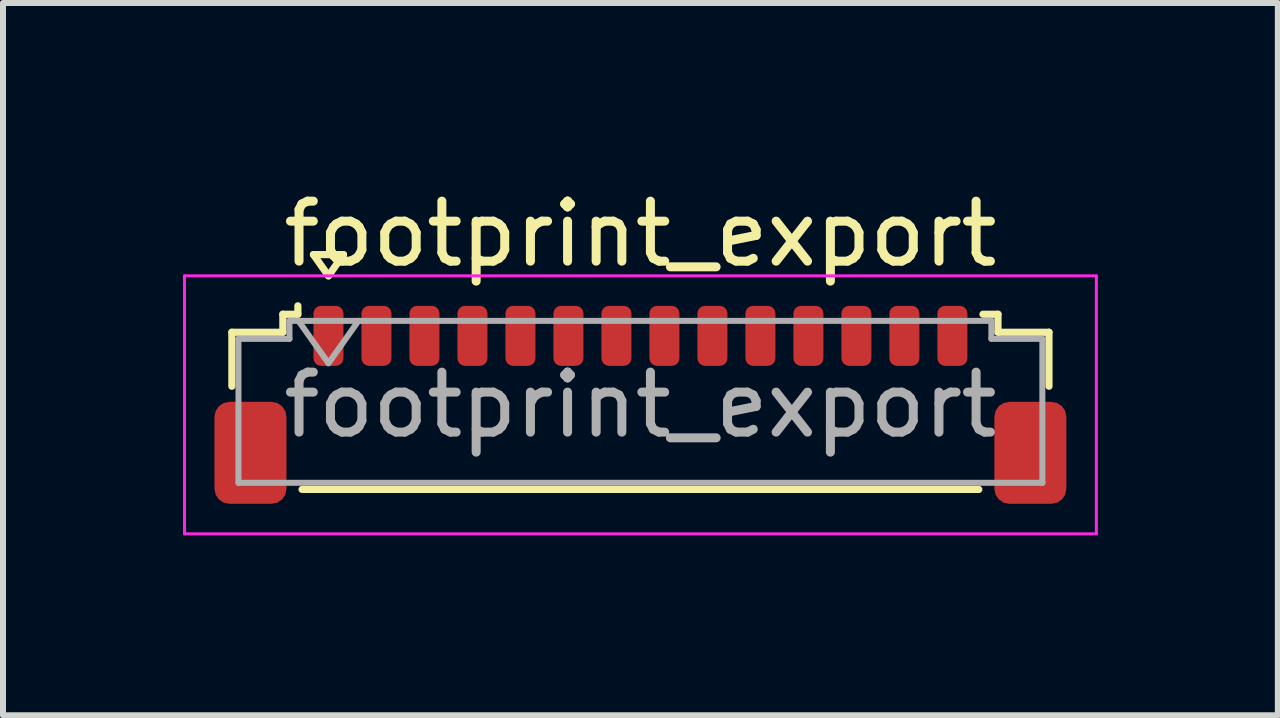
<source format=kicad_pcb>
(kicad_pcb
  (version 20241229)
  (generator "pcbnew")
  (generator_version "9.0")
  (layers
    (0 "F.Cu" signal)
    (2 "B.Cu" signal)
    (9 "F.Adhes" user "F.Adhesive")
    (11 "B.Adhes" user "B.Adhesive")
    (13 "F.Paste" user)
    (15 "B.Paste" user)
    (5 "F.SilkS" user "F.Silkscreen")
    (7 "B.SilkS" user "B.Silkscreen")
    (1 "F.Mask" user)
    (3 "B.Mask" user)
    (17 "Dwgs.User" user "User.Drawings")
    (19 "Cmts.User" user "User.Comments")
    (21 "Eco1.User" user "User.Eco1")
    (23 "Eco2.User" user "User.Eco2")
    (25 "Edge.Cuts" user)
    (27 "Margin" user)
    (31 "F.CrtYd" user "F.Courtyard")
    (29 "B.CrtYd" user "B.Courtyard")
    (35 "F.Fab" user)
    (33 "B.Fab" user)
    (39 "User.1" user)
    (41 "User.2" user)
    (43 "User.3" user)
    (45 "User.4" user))
  (footprint "footprint_export"
    (layer "F.Cu")
    (at 7.625 3.698)
    (property "Reference" "footprint_export" (at 0 -2.85 0) (layer "F.SilkS") (effects (font (size 1 1) (thickness 0.15))))
    (attr smd)
    (fp_line (start -6.81 -1.21) (end -5.96 -1.21) (stroke (width 0.12) (type solid)) (layer "F.SilkS"))
    (fp_line (start -6.81 -0.31) (end -6.81 -1.21) (stroke (width 0.12) (type solid)) (layer "F.SilkS"))
    (fp_line (start -5.96 -1.51) (end -5.71 -1.51) (stroke (width 0.12) (type solid)) (layer "F.SilkS"))
    (fp_line (start -5.96 -1.21) (end -5.96 -1.51) (stroke (width 0.12) (type solid)) (layer "F.SilkS"))
    (fp_line (start -5.71 -1.51) (end -5.71 -1.65) (stroke (width 0.12) (type solid)) (layer "F.SilkS"))
    (fp_line (start -5.64 1.41) (end 5.64 1.41) (stroke (width 0.12) (type solid)) (layer "F.SilkS"))
    (fp_line (start -5.45 -2.504) (end -5.2 -2.15) (stroke (width 0.12) (type solid)) (layer "F.SilkS"))
    (fp_line (start -5.2 -2.15) (end -4.95 -2.504) (stroke (width 0.12) (type solid)) (layer "F.SilkS"))
    (fp_line (start -4.95 -2.504) (end -5.45 -2.504) (stroke (width 0.12) (type solid)) (layer "F.SilkS"))
    (fp_line (start 5.96 -1.51) (end 5.71 -1.51) (stroke (width 0.12) (type solid)) (layer "F.SilkS"))
    (fp_line (start 5.96 -1.21) (end 5.96 -1.51) (stroke (width 0.12) (type solid)) (layer "F.SilkS"))
    (fp_line (start 6.81 -1.21) (end 5.96 -1.21) (stroke (width 0.12) (type solid)) (layer "F.SilkS"))
    (fp_line (start 6.81 -0.31) (end 6.81 -1.21) (stroke (width 0.12) (type solid)) (layer "F.SilkS"))
    (fp_line (start -7.6 -2.15) (end -7.6 2.15) (stroke (width 0.05) (type solid)) (layer "F.CrtYd"))
    (fp_line (start -7.6 2.15) (end 7.6 2.15) (stroke (width 0.05) (type solid)) (layer "F.CrtYd"))
    (fp_line (start 7.6 -2.15) (end -7.6 -2.15) (stroke (width 0.05) (type solid)) (layer "F.CrtYd"))
    (fp_line (start 7.6 2.15) (end 7.6 -2.15) (stroke (width 0.05) (type solid)) (layer "F.CrtYd"))
    (fp_line (start -6.7 -1.1) (end -6.7 1.3) (stroke (width 0.1) (type solid)) (layer "F.Fab"))
    (fp_line (start -6.7 -1.1) (end -5.85 -1.1) (stroke (width 0.1) (type solid)) (layer "F.Fab"))
    (fp_line (start -6.7 1.3) (end 6.7 1.3) (stroke (width 0.1) (type solid)) (layer "F.Fab"))
    (fp_line (start -5.85 -1.4) (end 5.85 -1.4) (stroke (width 0.1) (type solid)) (layer "F.Fab"))
    (fp_line (start -5.85 -1.1) (end -5.85 -1.4) (stroke (width 0.1) (type solid)) (layer "F.Fab"))
    (fp_line (start -5.7 -1.4) (end -5.2 -0.693) (stroke (width 0.1) (type solid)) (layer "F.Fab"))
    (fp_line (start -5.2 -0.693) (end -4.7 -1.4) (stroke (width 0.1) (type solid)) (layer "F.Fab"))
    (fp_line (start 5.85 -1.4) (end 5.85 -1.1) (stroke (width 0.1) (type solid)) (layer "F.Fab"))
    (fp_line (start 5.85 -1.1) (end 6.7 -1.1) (stroke (width 0.1) (type solid)) (layer "F.Fab"))
    (fp_line (start 6.7 -1.1) (end 6.7 1.3) (stroke (width 0.1) (type solid)) (layer "F.Fab"))
    (fp_text user "${REFERENCE}" (at 0 0 0) (layer "F.Fab") (effects (font (size 1 1) (thickness 0.15))))
    (pad "1" smd roundrect (at -5.2 -1.15) (size 0.5 1) (layers "F.Cu" "F.Mask" "F.Paste") (roundrect_rratio 0.25))
    (pad "2" smd roundrect (at -4.4 -1.15) (size 0.5 1) (layers "F.Cu" "F.Mask" "F.Paste") (roundrect_rratio 0.25))
    (pad "3" smd roundrect (at -3.6 -1.15) (size 0.5 1) (layers "F.Cu" "F.Mask" "F.Paste") (roundrect_rratio 0.25))
    (pad "4" smd roundrect (at -2.8 -1.15) (size 0.5 1) (layers "F.Cu" "F.Mask" "F.Paste") (roundrect_rratio 0.25))
    (pad "5" smd roundrect (at -2 -1.15) (size 0.5 1) (layers "F.Cu" "F.Mask" "F.Paste") (roundrect_rratio 0.25))
    (pad "6" smd roundrect (at -1.2 -1.15) (size 0.5 1) (layers "F.Cu" "F.Mask" "F.Paste") (roundrect_rratio 0.25))
    (pad "7" smd roundrect (at -0.4 -1.15) (size 0.5 1) (layers "F.Cu" "F.Mask" "F.Paste") (roundrect_rratio 0.25))
    (pad "8" smd roundrect (at 0.4 -1.15) (size 0.5 1) (layers "F.Cu" "F.Mask" "F.Paste") (roundrect_rratio 0.25))
    (pad "9" smd roundrect (at 1.2 -1.15) (size 0.5 1) (layers "F.Cu" "F.Mask" "F.Paste") (roundrect_rratio 0.25))
    (pad "10" smd roundrect (at 2 -1.15) (size 0.5 1) (layers "F.Cu" "F.Mask" "F.Paste") (roundrect_rratio 0.25))
    (pad "11" smd roundrect (at 2.8 -1.15) (size 0.5 1) (layers "F.Cu" "F.Mask" "F.Paste") (roundrect_rratio 0.25))
    (pad "12" smd roundrect (at 3.6 -1.15) (size 0.5 1) (layers "F.Cu" "F.Mask" "F.Paste") (roundrect_rratio 0.25))
    (pad "13" smd roundrect (at 4.4 -1.15) (size 0.5 1) (layers "F.Cu" "F.Mask" "F.Paste") (roundrect_rratio 0.25))
    (pad "14" smd roundrect (at 5.2 -1.15) (size 0.5 1) (layers "F.Cu" "F.Mask" "F.Paste") (roundrect_rratio 0.25))
    (pad "MP" smd roundrect (at -6.5 0.8) (size 1.2 1.7) (layers "F.Cu" "F.Mask" "F.Paste") (roundrect_rratio 0.208))
    (pad "MP" smd roundrect (at 6.5 0.8) (size 1.2 1.7) (layers "F.Cu" "F.Mask" "F.Paste") (roundrect_rratio 0.208)))
  (gr_rect
    (start -3 -3)
    (end 18.25 8.873)
    (stroke (width 0.1) (type default))
    (fill no)
    (layer "Edge.Cuts")))
</source>
